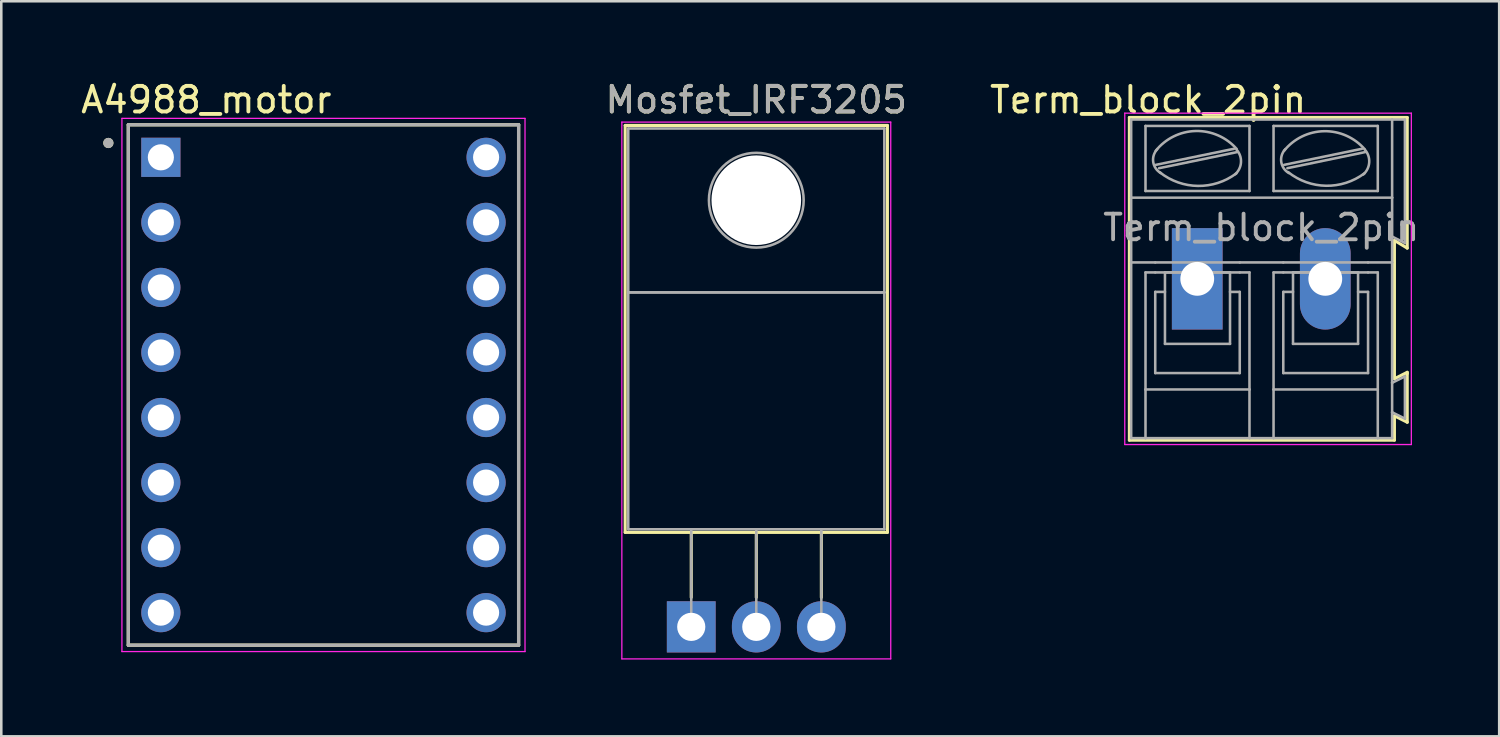
<source format=kicad_pcb>
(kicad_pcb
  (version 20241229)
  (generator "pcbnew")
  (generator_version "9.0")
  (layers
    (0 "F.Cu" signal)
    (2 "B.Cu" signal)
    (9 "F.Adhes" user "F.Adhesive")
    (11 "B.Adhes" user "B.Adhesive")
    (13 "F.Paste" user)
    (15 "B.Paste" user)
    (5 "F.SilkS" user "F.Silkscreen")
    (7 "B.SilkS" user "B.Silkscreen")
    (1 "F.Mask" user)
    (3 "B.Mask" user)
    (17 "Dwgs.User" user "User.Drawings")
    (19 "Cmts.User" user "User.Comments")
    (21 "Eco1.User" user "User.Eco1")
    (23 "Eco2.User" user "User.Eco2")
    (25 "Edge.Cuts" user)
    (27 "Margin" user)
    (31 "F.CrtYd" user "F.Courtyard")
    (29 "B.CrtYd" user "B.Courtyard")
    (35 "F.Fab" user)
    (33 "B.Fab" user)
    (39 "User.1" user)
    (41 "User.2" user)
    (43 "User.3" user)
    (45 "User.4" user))
  (footprint "Mosfet_IRF3205"
    (layer "F.Cu")
    (at 23.942 21.428)
    (property "Reference" "Mosfet_IRF3205" (at 2.54 -20.58 0) (layer "F.SilkS") (effects (font (size 1 1) (thickness 0.15))))
    (attr through_hole)
    (fp_line (start -2.58 -19.58) (end -2.58 -3.69) (stroke (width 0.12) (type solid)) (layer "F.SilkS"))
    (fp_line (start -2.58 -19.58) (end 7.66 -19.58) (stroke (width 0.12) (type solid)) (layer "F.SilkS"))
    (fp_line (start -2.58 -3.69) (end 7.66 -3.69) (stroke (width 0.12) (type solid)) (layer "F.SilkS"))
    (fp_line (start 0 -3.69) (end 0 -1.15) (stroke (width 0.12) (type solid)) (layer "F.SilkS"))
    (fp_line (start 2.54 -3.69) (end 2.54 -1.15) (stroke (width 0.12) (type solid)) (layer "F.SilkS"))
    (fp_line (start 5.08 -3.69) (end 5.08 -1.15) (stroke (width 0.12) (type solid)) (layer "F.SilkS"))
    (fp_line (start 7.66 -19.58) (end 7.66 -3.69) (stroke (width 0.12) (type solid)) (layer "F.SilkS"))
    (fp_line (start -2.71 -19.71) (end -2.71 1.25) (stroke (width 0.05) (type solid)) (layer "F.CrtYd"))
    (fp_line (start -2.71 1.25) (end 7.79 1.25) (stroke (width 0.05) (type solid)) (layer "F.CrtYd"))
    (fp_line (start 7.79 -19.71) (end -2.71 -19.71) (stroke (width 0.05) (type solid)) (layer "F.CrtYd"))
    (fp_line (start 7.79 1.25) (end 7.79 -19.71) (stroke (width 0.05) (type solid)) (layer "F.CrtYd"))
    (fp_line (start -2.46 -19.46) (end 7.54 -19.46) (stroke (width 0.1) (type solid)) (layer "F.Fab"))
    (fp_line (start -2.46 -13.06) (end -2.46 -19.46) (stroke (width 0.1) (type solid)) (layer "F.Fab"))
    (fp_line (start -2.46 -13.06) (end 7.54 -13.06) (stroke (width 0.1) (type solid)) (layer "F.Fab"))
    (fp_line (start -2.46 -3.81) (end -2.46 -13.06) (stroke (width 0.1) (type solid)) (layer "F.Fab"))
    (fp_line (start 0 -3.81) (end 0 0) (stroke (width 0.1) (type solid)) (layer "F.Fab"))
    (fp_line (start 2.54 -3.81) (end 2.54 0) (stroke (width 0.1) (type solid)) (layer "F.Fab"))
    (fp_line (start 5.08 -3.81) (end 5.08 0) (stroke (width 0.1) (type solid)) (layer "F.Fab"))
    (fp_line (start 7.54 -19.46) (end 7.54 -13.06) (stroke (width 0.1) (type solid)) (layer "F.Fab"))
    (fp_line (start 7.54 -13.06) (end -2.46 -13.06) (stroke (width 0.1) (type solid)) (layer "F.Fab"))
    (fp_line (start 7.54 -13.06) (end 7.54 -3.81) (stroke (width 0.1) (type solid)) (layer "F.Fab"))
    (fp_line (start 7.54 -3.81) (end -2.46 -3.81) (stroke (width 0.1) (type solid)) (layer "F.Fab"))
    (fp_circle (center 2.54 -16.66) (end 4.39 -16.66) (stroke (width 0.1) (type solid)) (fill no) (layer "F.Fab"))
    (fp_text user "${REFERENCE}" (at 2.54 -20.58 0) (layer "F.Fab") (effects (font (size 1 1) (thickness 0.15))))
    (pad "" np_thru_hole oval (at 2.54 -16.66) (size 3.5 3.5) (drill 3.5) (layers "*.Cu" "*.Mask"))
    (pad "1" thru_hole rect (at 0 0) (size 1.905 2) (drill 1.1) (layers "*.Cu" "*.Mask"))
    (pad "2" thru_hole oval (at 2.54 0) (size 1.905 2) (drill 1.1) (layers "*.Cu" "*.Mask"))
    (pad "3" thru_hole oval (at 5.08 0) (size 1.905 2) (drill 1.1) (layers "*.Cu" "*.Mask")))
  (footprint "Term_block_2pin"
    (layer "F.Cu")
    (at 43.7 7.838)
    (property "Reference" "Term_block_2pin" (at -1.92 -6.99 0) (layer "F.SilkS") (effects (font (size 1 1) (thickness 0.15))))
    (attr through_hole)
    (fp_line (start -2.65 -6.3) (end -2.65 6.3) (stroke (width 0.12) (type solid)) (layer "F.SilkS"))
    (fp_line (start -2.65 6.3) (end 7.7 6.3) (stroke (width 0.12) (type solid)) (layer "F.SilkS"))
    (fp_line (start 7.7 -1.5) (end 8.2 -1.2) (stroke (width 0.12) (type solid)) (layer "F.SilkS"))
    (fp_line (start 7.7 3.9) (end 7.7 -1.5) (stroke (width 0.12) (type solid)) (layer "F.SilkS"))
    (fp_line (start 7.7 5.35) (end 8.2 5.6) (stroke (width 0.12) (type solid)) (layer "F.SilkS"))
    (fp_line (start 7.7 6.3) (end 7.7 5.35) (stroke (width 0.12) (type solid)) (layer "F.SilkS"))
    (fp_line (start 8.2 -6.3) (end -2.65 -6.3) (stroke (width 0.12) (type solid)) (layer "F.SilkS"))
    (fp_line (start 8.2 -1.2) (end 8.2 -6.3) (stroke (width 0.12) (type solid)) (layer "F.SilkS"))
    (fp_line (start 8.2 3.65) (end 7.7 3.9) (stroke (width 0.12) (type solid)) (layer "F.SilkS"))
    (fp_line (start 8.2 3.7) (end 8.2 3.65) (stroke (width 0.12) (type solid)) (layer "F.SilkS"))
    (fp_line (start 8.2 5.6) (end 8.2 3.7) (stroke (width 0.12) (type solid)) (layer "F.SilkS"))
    (fp_line (start -2.83 -6.47) (end -2.83 6.47) (stroke (width 0.05) (type solid)) (layer "F.CrtYd"))
    (fp_line (start -2.83 -6.47) (end 8.36 -6.47) (stroke (width 0.05) (type solid)) (layer "F.CrtYd"))
    (fp_line (start 8.36 6.47) (end -2.83 6.47) (stroke (width 0.05) (type solid)) (layer "F.CrtYd"))
    (fp_line (start 8.36 6.47) (end 8.36 -6.47) (stroke (width 0.05) (type solid)) (layer "F.CrtYd"))
    (fp_line (start -2.58 -3.17) (end -2.58 -6.22) (stroke (width 0.1) (type solid)) (layer "F.Fab"))
    (fp_line (start -2.58 -3.17) (end 7.61 -3.17) (stroke (width 0.1) (type solid)) (layer "F.Fab"))
    (fp_line (start -2.58 -0.64) (end -2.58 -3.17) (stroke (width 0.1) (type solid)) (layer "F.Fab"))
    (fp_line (start -2.58 -0.64) (end -1.64 -0.64) (stroke (width 0.1) (type solid)) (layer "F.Fab"))
    (fp_line (start -2.58 6.22) (end -2.58 -0.64) (stroke (width 0.1) (type solid)) (layer "F.Fab"))
    (fp_line (start -2.58 6.22) (end -2.02 6.22) (stroke (width 0.1) (type solid)) (layer "F.Fab"))
    (fp_line (start -2.02 -3.43) (end -2.02 -5.97) (stroke (width 0.1) (type solid)) (layer "F.Fab"))
    (fp_line (start -2.02 -0.25) (end -2.02 4.32) (stroke (width 0.1) (type solid)) (layer "F.Fab"))
    (fp_line (start -2.02 -0.25) (end -1.64 -0.25) (stroke (width 0.1) (type solid)) (layer "F.Fab"))
    (fp_line (start -2.02 4.32) (end -2.02 6.22) (stroke (width 0.1) (type solid)) (layer "F.Fab"))
    (fp_line (start -2.02 6.22) (end 2.04 6.22) (stroke (width 0.1) (type solid)) (layer "F.Fab"))
    (fp_line (start -1.64 -0.64) (end 1.66 -0.64) (stroke (width 0.1) (type solid)) (layer "F.Fab"))
    (fp_line (start -1.64 0.51) (end -1.26 0.51) (stroke (width 0.1) (type solid)) (layer "F.Fab"))
    (fp_line (start -1.64 3.68) (end -1.64 0.51) (stroke (width 0.1) (type solid)) (layer "F.Fab"))
    (fp_line (start -1.62 -4.45) (end 1.44 -5.08) (stroke (width 0.1) (type solid)) (layer "F.Fab"))
    (fp_line (start -1.49 -4.32) (end 1.56 -4.95) (stroke (width 0.1) (type solid)) (layer "F.Fab"))
    (fp_line (start -1.26 -0.25) (end 1.28 -0.25) (stroke (width 0.1) (type solid)) (layer "F.Fab"))
    (fp_line (start -1.26 2.54) (end -1.26 -0.25) (stroke (width 0.1) (type solid)) (layer "F.Fab"))
    (fp_line (start -1.26 2.54) (end 1.28 2.54) (stroke (width 0.1) (type solid)) (layer "F.Fab"))
    (fp_line (start 1.28 2.54) (end 1.28 -0.25) (stroke (width 0.1) (type solid)) (layer "F.Fab"))
    (fp_line (start 1.66 -0.64) (end 3.36 -0.64) (stroke (width 0.1) (type solid)) (layer "F.Fab"))
    (fp_line (start 1.66 -0.25) (end -1.64 -0.25) (stroke (width 0.1) (type solid)) (layer "F.Fab"))
    (fp_line (start 1.66 0.51) (end 1.28 0.51) (stroke (width 0.1) (type solid)) (layer "F.Fab"))
    (fp_line (start 1.66 3.68) (end -1.64 3.68) (stroke (width 0.1) (type solid)) (layer "F.Fab"))
    (fp_line (start 1.66 3.68) (end 1.66 0.51) (stroke (width 0.1) (type solid)) (layer "F.Fab"))
    (fp_line (start 2.04 -5.97) (end -2.02 -5.97) (stroke (width 0.1) (type solid)) (layer "F.Fab"))
    (fp_line (start 2.04 -3.43) (end -2.02 -3.43) (stroke (width 0.1) (type solid)) (layer "F.Fab"))
    (fp_line (start 2.04 -3.43) (end 2.04 -5.97) (stroke (width 0.1) (type solid)) (layer "F.Fab"))
    (fp_line (start 2.04 -0.25) (end 1.66 -0.25) (stroke (width 0.1) (type solid)) (layer "F.Fab"))
    (fp_line (start 2.04 4.32) (end -2.02 4.32) (stroke (width 0.1) (type solid)) (layer "F.Fab"))
    (fp_line (start 2.04 4.32) (end 2.04 -0.25) (stroke (width 0.1) (type solid)) (layer "F.Fab"))
    (fp_line (start 2.04 6.22) (end 2.04 4.32) (stroke (width 0.1) (type solid)) (layer "F.Fab"))
    (fp_line (start 2.04 6.22) (end 2.98 6.22) (stroke (width 0.1) (type solid)) (layer "F.Fab"))
    (fp_line (start 2.98 -5.97) (end 7.05 -5.97) (stroke (width 0.1) (type solid)) (layer "F.Fab"))
    (fp_line (start 2.98 -3.43) (end 2.98 -5.97) (stroke (width 0.1) (type solid)) (layer "F.Fab"))
    (fp_line (start 2.98 -0.25) (end 3.36 -0.25) (stroke (width 0.1) (type solid)) (layer "F.Fab"))
    (fp_line (start 2.98 4.32) (end 2.98 -0.25) (stroke (width 0.1) (type solid)) (layer "F.Fab"))
    (fp_line (start 2.98 4.32) (end 7.05 4.32) (stroke (width 0.1) (type solid)) (layer "F.Fab"))
    (fp_line (start 2.98 6.22) (end 2.98 4.32) (stroke (width 0.1) (type solid)) (layer "F.Fab"))
    (fp_line (start 2.98 6.22) (end 7.05 6.22) (stroke (width 0.1) (type solid)) (layer "F.Fab"))
    (fp_line (start 3.36 -0.25) (end 6.67 -0.25) (stroke (width 0.1) (type solid)) (layer "F.Fab"))
    (fp_line (start 3.36 0.51) (end 3.74 0.51) (stroke (width 0.1) (type solid)) (layer "F.Fab"))
    (fp_line (start 3.36 3.68) (end 3.36 0.51) (stroke (width 0.1) (type solid)) (layer "F.Fab"))
    (fp_line (start 3.39 -4.45) (end 6.44 -5.08) (stroke (width 0.1) (type solid)) (layer "F.Fab"))
    (fp_line (start 3.52 -4.32) (end 6.56 -4.95) (stroke (width 0.1) (type solid)) (layer "F.Fab"))
    (fp_line (start 3.74 -0.25) (end 6.28 -0.25) (stroke (width 0.1) (type solid)) (layer "F.Fab"))
    (fp_line (start 3.74 2.54) (end 3.74 -0.25) (stroke (width 0.1) (type solid)) (layer "F.Fab"))
    (fp_line (start 3.74 2.54) (end 6.28 2.54) (stroke (width 0.1) (type solid)) (layer "F.Fab"))
    (fp_line (start 6.28 2.54) (end 6.28 -0.25) (stroke (width 0.1) (type solid)) (layer "F.Fab"))
    (fp_line (start 6.67 -0.64) (end 3.36 -0.64) (stroke (width 0.1) (type solid)) (layer "F.Fab"))
    (fp_line (start 6.67 0.51) (end 6.28 0.51) (stroke (width 0.1) (type solid)) (layer "F.Fab"))
    (fp_line (start 6.67 3.68) (end 3.36 3.68) (stroke (width 0.1) (type solid)) (layer "F.Fab"))
    (fp_line (start 6.67 3.68) (end 6.67 0.51) (stroke (width 0.1) (type solid)) (layer "F.Fab"))
    (fp_line (start 7.05 -5.97) (end 7.05 -3.43) (stroke (width 0.1) (type solid)) (layer "F.Fab"))
    (fp_line (start 7.05 -3.43) (end 2.98 -3.43) (stroke (width 0.1) (type solid)) (layer "F.Fab"))
    (fp_line (start 7.05 -0.25) (end 6.67 -0.25) (stroke (width 0.1) (type solid)) (layer "F.Fab"))
    (fp_line (start 7.05 -0.25) (end 7.05 4.32) (stroke (width 0.1) (type solid)) (layer "F.Fab"))
    (fp_line (start 7.05 4.32) (end 7.05 6.22) (stroke (width 0.1) (type solid)) (layer "F.Fab"))
    (fp_line (start 7.05 6.22) (end 7.61 6.22) (stroke (width 0.1) (type solid)) (layer "F.Fab"))
    (fp_line (start 7.61 -6.22) (end -2.58 -6.22) (stroke (width 0.1) (type solid)) (layer "F.Fab"))
    (fp_line (start 7.61 -6.22) (end 7.61 -3.17) (stroke (width 0.1) (type solid)) (layer "F.Fab"))
    (fp_line (start 7.61 -6.22) (end 8.11 -6.22) (stroke (width 0.1) (type solid)) (layer "F.Fab"))
    (fp_line (start 7.61 -3.17) (end 7.61 -1.65) (stroke (width 0.1) (type solid)) (layer "F.Fab"))
    (fp_line (start 7.61 -1.65) (end 7.61 -0.64) (stroke (width 0.1) (type solid)) (layer "F.Fab"))
    (fp_line (start 7.61 -0.64) (end 6.67 -0.64) (stroke (width 0.1) (type solid)) (layer "F.Fab"))
    (fp_line (start 7.61 -0.64) (end 7.61 4.06) (stroke (width 0.1) (type solid)) (layer "F.Fab"))
    (fp_line (start 7.61 4.06) (end 7.61 5.21) (stroke (width 0.1) (type solid)) (layer "F.Fab"))
    (fp_line (start 7.61 5.21) (end 7.61 6.22) (stroke (width 0.1) (type solid)) (layer "F.Fab"))
    (fp_line (start 8.11 -6.22) (end 8.11 -1.4) (stroke (width 0.1) (type solid)) (layer "F.Fab"))
    (fp_line (start 8.11 -1.4) (end 7.61 -1.65) (stroke (width 0.1) (type solid)) (layer "F.Fab"))
    (fp_line (start 8.11 3.81) (end 7.61 4.06) (stroke (width 0.1) (type solid)) (layer "F.Fab"))
    (fp_line (start 8.11 3.81) (end 8.11 5.46) (stroke (width 0.1) (type solid)) (layer "F.Fab"))
    (fp_line (start 8.11 5.46) (end 7.61 5.21) (stroke (width 0.1) (type solid)) (layer "F.Fab"))
    (fp_arc (start -1.62 -5) (mid -0.05669 -5.772528) (end 1.539976 -5.071534) (stroke (width 0.1) (type solid)) (layer "F.Fab"))
    (fp_arc (start -1.42 -4.13) (mid -1.718466 -4.559406) (end -1.562972 -5.058699) (stroke (width 0.1) (type solid)) (layer "F.Fab"))
    (fp_arc (start 1.53 -5.05) (mid 1.708693 -4.558754) (end 1.485619 -4.086005) (stroke (width 0.1) (type solid)) (layer "F.Fab"))
    (fp_arc (start 1.53 -4.12) (mid 0.02849 -3.628196) (end -1.459829 -4.158582) (stroke (width 0.1) (type solid)) (layer "F.Fab"))
    (fp_arc (start 3.39 -5) (mid 4.949737 -5.764867) (end 6.538239 -5.061686) (stroke (width 0.1) (type solid)) (layer "F.Fab"))
    (fp_arc (start 3.58 -4.13) (mid 3.281534 -4.559406) (end 3.437028 -5.058699) (stroke (width 0.1) (type solid)) (layer "F.Fab"))
    (fp_arc (start 6.53 -4.12) (mid 5.030583 -3.634318) (end 3.547667 -4.168263) (stroke (width 0.1) (type solid)) (layer "F.Fab"))
    (fp_arc (start 6.54 -5.05) (mid 6.715733 -4.551652) (end 6.485532 -4.076005) (stroke (width 0.1) (type solid)) (layer "F.Fab"))
    (fp_text user "${REFERENCE}" (at 2.5 -2 0) (layer "F.Fab") (effects (font (size 1 1) (thickness 0.15))))
    (pad "1" thru_hole rect (at 0 0) (size 1.98 3.96) (drill 1.32) (layers "*.Cu" "*.Mask"))
    (pad "2" thru_hole oval (at 5 0) (size 1.98 3.96) (drill 1.32) (layers "*.Cu" "*.Mask")))
  (footprint "A4988_motor"
    (layer "F.Cu")
    (at 9.581 11.983)
    (property "Reference" "A4988_motor" (at -4.575 -11.135 0) (layer "F.SilkS") (effects (font (size 1 1) (thickness 0.15))))
    (attr through_hole)
    (fp_line (start -7.62 -10.16) (end 7.62 -10.16) (stroke (width 0.127) (type solid)) (layer "F.SilkS"))
    (fp_line (start -7.62 10.16) (end -7.62 -10.16) (stroke (width 0.127) (type solid)) (layer "F.SilkS"))
    (fp_line (start 7.62 -10.16) (end 7.62 10.16) (stroke (width 0.127) (type solid)) (layer "F.SilkS"))
    (fp_line (start 7.62 10.16) (end -7.62 10.16) (stroke (width 0.127) (type solid)) (layer "F.SilkS"))
    (fp_circle (center -8.4 -9.45) (end -8.3 -9.45) (stroke (width 0.2) (type solid)) (fill no) (layer "F.SilkS"))
    (fp_line (start -7.87 -10.41) (end -7.87 10.41) (stroke (width 0.05) (type solid)) (layer "F.CrtYd"))
    (fp_line (start -7.87 10.41) (end 7.87 10.41) (stroke (width 0.05) (type solid)) (layer "F.CrtYd"))
    (fp_line (start 7.87 -10.41) (end -7.87 -10.41) (stroke (width 0.05) (type solid)) (layer "F.CrtYd"))
    (fp_line (start 7.87 10.41) (end 7.87 -10.41) (stroke (width 0.05) (type solid)) (layer "F.CrtYd"))
    (fp_line (start -7.62 -10.16) (end 7.62 -10.16) (stroke (width 0.127) (type solid)) (layer "F.Fab"))
    (fp_line (start -7.62 10.16) (end -7.62 -10.16) (stroke (width 0.127) (type solid)) (layer "F.Fab"))
    (fp_line (start 7.62 -10.16) (end 7.62 10.16) (stroke (width 0.127) (type solid)) (layer "F.Fab"))
    (fp_line (start 7.62 10.16) (end -7.62 10.16) (stroke (width 0.127) (type solid)) (layer "F.Fab"))
    (fp_circle (center -8.4 -9.45) (end -8.3 -9.45) (stroke (width 0.2) (type solid)) (fill no) (layer "F.Fab"))
    (pad "1" thru_hole rect (at -6.35 -8.89) (size 1.53 1.53) (drill 1.02) (layers "*.Cu" "*.Mask"))
    (pad "2" thru_hole circle (at -6.35 -6.35) (size 1.53 1.53) (drill 1.02) (layers "*.Cu" "*.Mask"))
    (pad "3" thru_hole circle (at -6.35 -3.81) (size 1.53 1.53) (drill 1.02) (layers "*.Cu" "*.Mask"))
    (pad "4" thru_hole circle (at -6.35 -1.27) (size 1.53 1.53) (drill 1.02) (layers "*.Cu" "*.Mask"))
    (pad "5" thru_hole circle (at -6.35 1.27) (size 1.53 1.53) (drill 1.02) (layers "*.Cu" "*.Mask"))
    (pad "6" thru_hole circle (at -6.35 3.81) (size 1.53 1.53) (drill 1.02) (layers "*.Cu" "*.Mask"))
    (pad "7" thru_hole circle (at -6.35 6.35) (size 1.53 1.53) (drill 1.02) (layers "*.Cu" "*.Mask"))
    (pad "8" thru_hole circle (at -6.35 8.89) (size 1.53 1.53) (drill 1.02) (layers "*.Cu" "*.Mask"))
    (pad "9" thru_hole circle (at 6.35 8.89) (size 1.53 1.53) (drill 1.02) (layers "*.Cu" "*.Mask"))
    (pad "10" thru_hole circle (at 6.35 6.35) (size 1.53 1.53) (drill 1.02) (layers "*.Cu" "*.Mask"))
    (pad "11" thru_hole circle (at 6.35 3.81) (size 1.53 1.53) (drill 1.02) (layers "*.Cu" "*.Mask"))
    (pad "12" thru_hole circle (at 6.35 1.27) (size 1.53 1.53) (drill 1.02) (layers "*.Cu" "*.Mask"))
    (pad "13" thru_hole circle (at 6.35 -1.27) (size 1.53 1.53) (drill 1.02) (layers "*.Cu" "*.Mask"))
    (pad "14" thru_hole circle (at 6.35 -3.81) (size 1.53 1.53) (drill 1.02) (layers "*.Cu" "*.Mask"))
    (pad "15" thru_hole circle (at 6.35 -6.35) (size 1.53 1.53) (drill 1.02) (layers "*.Cu" "*.Mask"))
    (pad "16" thru_hole circle (at 6.35 -8.89) (size 1.53 1.53) (drill 1.02) (layers "*.Cu" "*.Mask")))
  (gr_rect
    (start -3 -3)
    (end 55.491 25.703)
    (stroke (width 0.1) (type default))
    (fill no)
    (layer "Edge.Cuts")))
</source>
